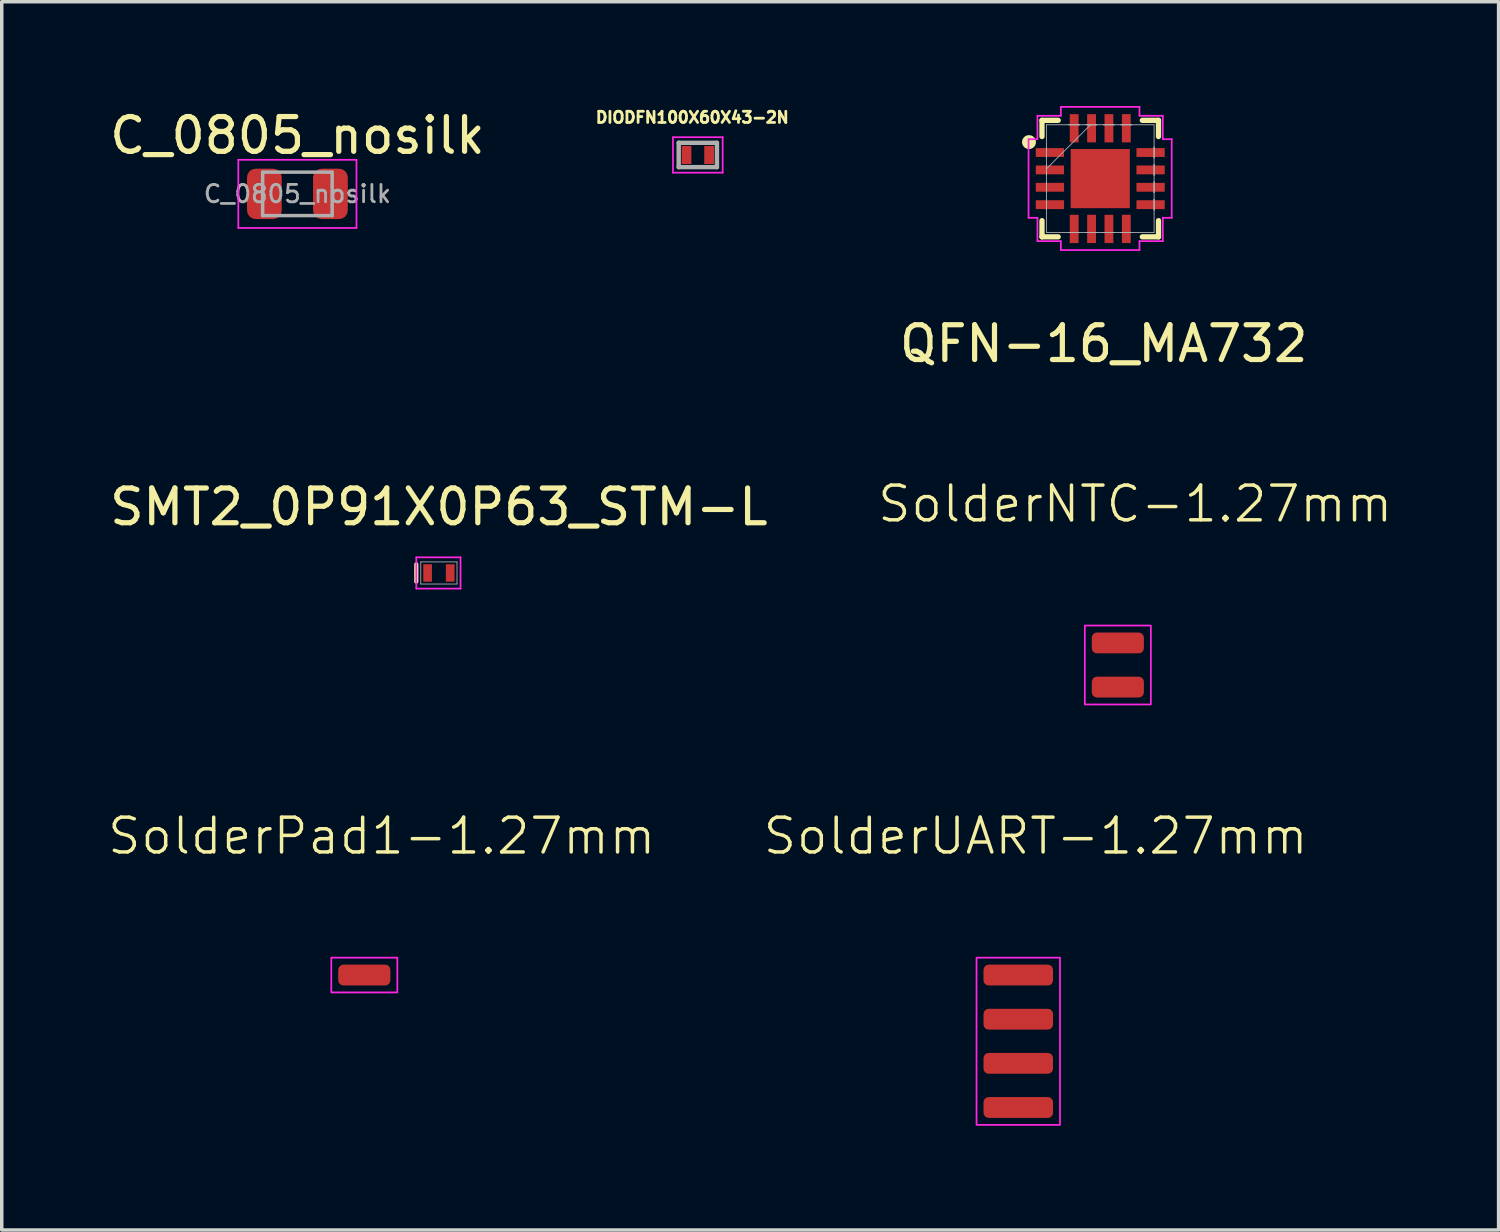
<source format=kicad_pcb>
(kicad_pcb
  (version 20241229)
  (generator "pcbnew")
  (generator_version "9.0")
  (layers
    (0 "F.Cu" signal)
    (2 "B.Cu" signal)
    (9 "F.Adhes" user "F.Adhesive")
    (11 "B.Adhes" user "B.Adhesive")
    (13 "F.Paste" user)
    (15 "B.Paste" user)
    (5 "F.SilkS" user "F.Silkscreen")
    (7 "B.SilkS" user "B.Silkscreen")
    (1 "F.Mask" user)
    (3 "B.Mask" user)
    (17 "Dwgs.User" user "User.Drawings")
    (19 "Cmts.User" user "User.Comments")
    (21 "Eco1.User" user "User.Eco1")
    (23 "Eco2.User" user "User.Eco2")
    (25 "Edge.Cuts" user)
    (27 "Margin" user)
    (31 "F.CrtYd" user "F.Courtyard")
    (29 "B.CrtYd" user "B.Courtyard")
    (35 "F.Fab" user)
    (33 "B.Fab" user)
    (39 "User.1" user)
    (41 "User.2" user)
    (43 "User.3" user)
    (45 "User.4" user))
  (footprint "SolderNTC-1.27mm"
    (layer "F.Cu")
    (at 29.11 15.447)
    (property "Reference" "SolderNTC-1.27mm" (at 0.5 -4 0) (unlocked yes) (layer "F.SilkS") (effects (font (size 1 1) (thickness 0.1))))
    (attr smd exclude_from_bom)
    (fp_rect (start -0.95 -0.5) (end 0.95 1.77) (stroke (width 0.05) (type default)) (fill no) (layer "F.CrtYd"))
    (pad "1" smd roundrect (at 0 0) (size 1.5 0.6) (layers "F.Cu" "F.Mask") (roundrect_rratio 0.25))
    (pad "2" smd roundrect (at 0 1.27) (size 1.5 0.6) (layers "F.Cu" "F.Mask") (roundrect_rratio 0.25)))
  (footprint "QFN-16_MA732"
    (layer "F.Cu")
    (at 28.604 2.088)
    (property "Reference" "QFN-16_MA732" (at 0.1 4.75 0) (unlocked yes) (layer "F.SilkS") (effects (font (size 1 1) (thickness 0.15))))
    (attr smd)
    (fp_line (start -1.676 -1.676) (end -1.676 -1.21) (stroke (width 0.152) (type solid)) (layer "F.SilkS"))
    (fp_line (start -1.676 1.21) (end -1.676 1.676) (stroke (width 0.152) (type solid)) (layer "F.SilkS"))
    (fp_line (start -1.676 1.676) (end -1.21 1.676) (stroke (width 0.152) (type solid)) (layer "F.SilkS"))
    (fp_line (start -1.21 -1.676) (end -1.676 -1.676) (stroke (width 0.152) (type solid)) (layer "F.SilkS"))
    (fp_line (start 1.21 1.676) (end 1.676 1.676) (stroke (width 0.152) (type solid)) (layer "F.SilkS"))
    (fp_line (start 1.676 -1.676) (end 1.21 -1.676) (stroke (width 0.152) (type solid)) (layer "F.SilkS"))
    (fp_line (start 1.676 -1.21) (end 1.676 -1.676) (stroke (width 0.152) (type solid)) (layer "F.SilkS"))
    (fp_line (start 1.676 1.676) (end 1.676 1.21) (stroke (width 0.152) (type solid)) (layer "F.SilkS"))
    (fp_circle (center -2.05 -1.05) (end -1.85 -1.05) (stroke (width 0) (type solid)) (fill yes) (layer "F.SilkS"))
    (fp_line (start -2.063 -1.134) (end -1.807 -1.134) (stroke (width 0.05) (type solid)) (layer "F.CrtYd"))
    (fp_line (start -2.063 1.128) (end -2.063 -1.134) (stroke (width 0.05) (type solid)) (layer "F.CrtYd"))
    (fp_line (start -1.807 -1.807) (end -1.134 -1.807) (stroke (width 0.05) (type solid)) (layer "F.CrtYd"))
    (fp_line (start -1.807 -1.134) (end -1.807 -1.807) (stroke (width 0.05) (type solid)) (layer "F.CrtYd"))
    (fp_line (start -1.807 1.128) (end -2.063 1.128) (stroke (width 0.05) (type solid)) (layer "F.CrtYd"))
    (fp_line (start -1.807 1.8) (end -1.807 1.128) (stroke (width 0.05) (type solid)) (layer "F.CrtYd"))
    (fp_line (start -1.134 -2.063) (end 1.128 -2.063) (stroke (width 0.05) (type solid)) (layer "F.CrtYd"))
    (fp_line (start -1.134 -1.807) (end -1.134 -2.063) (stroke (width 0.05) (type solid)) (layer "F.CrtYd"))
    (fp_line (start -1.134 1.8) (end -1.807 1.8) (stroke (width 0.05) (type solid)) (layer "F.CrtYd"))
    (fp_line (start -1.134 2.056) (end -1.134 1.8) (stroke (width 0.05) (type solid)) (layer "F.CrtYd"))
    (fp_line (start 1.128 -2.063) (end 1.128 -1.807) (stroke (width 0.05) (type solid)) (layer "F.CrtYd"))
    (fp_line (start 1.128 -1.807) (end 1.8 -1.807) (stroke (width 0.05) (type solid)) (layer "F.CrtYd"))
    (fp_line (start 1.128 1.8) (end 1.128 2.056) (stroke (width 0.05) (type solid)) (layer "F.CrtYd"))
    (fp_line (start 1.128 2.056) (end -1.134 2.056) (stroke (width 0.05) (type solid)) (layer "F.CrtYd"))
    (fp_line (start 1.8 -1.807) (end 1.8 -1.134) (stroke (width 0.05) (type solid)) (layer "F.CrtYd"))
    (fp_line (start 1.8 -1.134) (end 2.056 -1.134) (stroke (width 0.05) (type solid)) (layer "F.CrtYd"))
    (fp_line (start 1.8 1.128) (end 1.8 1.8) (stroke (width 0.05) (type solid)) (layer "F.CrtYd"))
    (fp_line (start 1.8 1.8) (end 1.128 1.8) (stroke (width 0.05) (type solid)) (layer "F.CrtYd"))
    (fp_line (start 2.056 -1.134) (end 2.056 1.128) (stroke (width 0.05) (type solid)) (layer "F.CrtYd"))
    (fp_line (start 2.056 1.128) (end 1.8 1.128) (stroke (width 0.05) (type solid)) (layer "F.CrtYd"))
    (fp_line (start -1.549 -1.549) (end -1.549 1.549) (stroke (width 0.025) (type solid)) (layer "F.Fab"))
    (fp_line (start -1.549 -0.902) (end -1.549 -0.902) (stroke (width 0.025) (type solid)) (layer "F.Fab"))
    (fp_line (start -1.549 -0.902) (end -1.549 -0.598) (stroke (width 0.025) (type solid)) (layer "F.Fab"))
    (fp_line (start -1.549 -0.598) (end -1.549 -0.902) (stroke (width 0.025) (type solid)) (layer "F.Fab"))
    (fp_line (start -1.549 -0.598) (end -1.549 -0.598) (stroke (width 0.025) (type solid)) (layer "F.Fab"))
    (fp_line (start -1.549 -0.402) (end -1.549 -0.402) (stroke (width 0.025) (type solid)) (layer "F.Fab"))
    (fp_line (start -1.549 -0.402) (end -1.549 -0.098) (stroke (width 0.025) (type solid)) (layer "F.Fab"))
    (fp_line (start -1.549 -0.279) (end -0.279 -1.549) (stroke (width 0.025) (type solid)) (layer "F.Fab"))
    (fp_line (start -1.549 -0.098) (end -1.549 -0.402) (stroke (width 0.025) (type solid)) (layer "F.Fab"))
    (fp_line (start -1.549 -0.098) (end -1.549 -0.098) (stroke (width 0.025) (type solid)) (layer "F.Fab"))
    (fp_line (start -1.549 0.098) (end -1.549 0.098) (stroke (width 0.025) (type solid)) (layer "F.Fab"))
    (fp_line (start -1.549 0.098) (end -1.549 0.402) (stroke (width 0.025) (type solid)) (layer "F.Fab"))
    (fp_line (start -1.549 0.402) (end -1.549 0.098) (stroke (width 0.025) (type solid)) (layer "F.Fab"))
    (fp_line (start -1.549 0.402) (end -1.549 0.402) (stroke (width 0.025) (type solid)) (layer "F.Fab"))
    (fp_line (start -1.549 0.598) (end -1.549 0.598) (stroke (width 0.025) (type solid)) (layer "F.Fab"))
    (fp_line (start -1.549 0.598) (end -1.549 0.902) (stroke (width 0.025) (type solid)) (layer "F.Fab"))
    (fp_line (start -1.549 0.902) (end -1.549 0.598) (stroke (width 0.025) (type solid)) (layer "F.Fab"))
    (fp_line (start -1.549 0.902) (end -1.549 0.902) (stroke (width 0.025) (type solid)) (layer "F.Fab"))
    (fp_line (start -1.549 1.549) (end 1.549 1.549) (stroke (width 0.025) (type solid)) (layer "F.Fab"))
    (fp_line (start -0.902 -1.549) (end -0.902 -1.549) (stroke (width 0.025) (type solid)) (layer "F.Fab"))
    (fp_line (start -0.902 -1.549) (end -0.598 -1.549) (stroke (width 0.025) (type solid)) (layer "F.Fab"))
    (fp_line (start -0.902 1.549) (end -0.902 1.549) (stroke (width 0.025) (type solid)) (layer "F.Fab"))
    (fp_line (start -0.902 1.549) (end -0.598 1.549) (stroke (width 0.025) (type solid)) (layer "F.Fab"))
    (fp_line (start -0.598 -1.549) (end -0.902 -1.549) (stroke (width 0.025) (type solid)) (layer "F.Fab"))
    (fp_line (start -0.598 -1.549) (end -0.598 -1.549) (stroke (width 0.025) (type solid)) (layer "F.Fab"))
    (fp_line (start -0.598 1.549) (end -0.902 1.549) (stroke (width 0.025) (type solid)) (layer "F.Fab"))
    (fp_line (start -0.598 1.549) (end -0.598 1.549) (stroke (width 0.025) (type solid)) (layer "F.Fab"))
    (fp_line (start -0.402 -1.549) (end -0.402 -1.549) (stroke (width 0.025) (type solid)) (layer "F.Fab"))
    (fp_line (start -0.402 -1.549) (end -0.098 -1.549) (stroke (width 0.025) (type solid)) (layer "F.Fab"))
    (fp_line (start -0.402 1.549) (end -0.402 1.549) (stroke (width 0.025) (type solid)) (layer "F.Fab"))
    (fp_line (start -0.402 1.549) (end -0.098 1.549) (stroke (width 0.025) (type solid)) (layer "F.Fab"))
    (fp_line (start -0.098 -1.549) (end -0.402 -1.549) (stroke (width 0.025) (type solid)) (layer "F.Fab"))
    (fp_line (start -0.098 -1.549) (end -0.098 -1.549) (stroke (width 0.025) (type solid)) (layer "F.Fab"))
    (fp_line (start -0.098 1.549) (end -0.402 1.549) (stroke (width 0.025) (type solid)) (layer "F.Fab"))
    (fp_line (start -0.098 1.549) (end -0.098 1.549) (stroke (width 0.025) (type solid)) (layer "F.Fab"))
    (fp_line (start 0.098 -1.549) (end 0.098 -1.549) (stroke (width 0.025) (type solid)) (layer "F.Fab"))
    (fp_line (start 0.098 -1.549) (end 0.402 -1.549) (stroke (width 0.025) (type solid)) (layer "F.Fab"))
    (fp_line (start 0.098 1.549) (end 0.098 1.549) (stroke (width 0.025) (type solid)) (layer "F.Fab"))
    (fp_line (start 0.098 1.549) (end 0.402 1.549) (stroke (width 0.025) (type solid)) (layer "F.Fab"))
    (fp_line (start 0.402 -1.549) (end 0.098 -1.549) (stroke (width 0.025) (type solid)) (layer "F.Fab"))
    (fp_line (start 0.402 -1.549) (end 0.402 -1.549) (stroke (width 0.025) (type solid)) (layer "F.Fab"))
    (fp_line (start 0.402 1.549) (end 0.098 1.549) (stroke (width 0.025) (type solid)) (layer "F.Fab"))
    (fp_line (start 0.402 1.549) (end 0.402 1.549) (stroke (width 0.025) (type solid)) (layer "F.Fab"))
    (fp_line (start 0.598 -1.549) (end 0.598 -1.549) (stroke (width 0.025) (type solid)) (layer "F.Fab"))
    (fp_line (start 0.598 -1.549) (end 0.902 -1.549) (stroke (width 0.025) (type solid)) (layer "F.Fab"))
    (fp_line (start 0.598 1.549) (end 0.598 1.549) (stroke (width 0.025) (type solid)) (layer "F.Fab"))
    (fp_line (start 0.598 1.549) (end 0.902 1.549) (stroke (width 0.025) (type solid)) (layer "F.Fab"))
    (fp_line (start 0.902 -1.549) (end 0.598 -1.549) (stroke (width 0.025) (type solid)) (layer "F.Fab"))
    (fp_line (start 0.902 -1.549) (end 0.902 -1.549) (stroke (width 0.025) (type solid)) (layer "F.Fab"))
    (fp_line (start 0.902 1.549) (end 0.598 1.549) (stroke (width 0.025) (type solid)) (layer "F.Fab"))
    (fp_line (start 0.902 1.549) (end 0.902 1.549) (stroke (width 0.025) (type solid)) (layer "F.Fab"))
    (fp_line (start 1.549 -1.549) (end -1.549 -1.549) (stroke (width 0.025) (type solid)) (layer "F.Fab"))
    (fp_line (start 1.549 -0.902) (end 1.549 -0.902) (stroke (width 0.025) (type solid)) (layer "F.Fab"))
    (fp_line (start 1.549 -0.902) (end 1.549 -0.598) (stroke (width 0.025) (type solid)) (layer "F.Fab"))
    (fp_line (start 1.549 -0.598) (end 1.549 -0.902) (stroke (width 0.025) (type solid)) (layer "F.Fab"))
    (fp_line (start 1.549 -0.598) (end 1.549 -0.598) (stroke (width 0.025) (type solid)) (layer "F.Fab"))
    (fp_line (start 1.549 -0.402) (end 1.549 -0.402) (stroke (width 0.025) (type solid)) (layer "F.Fab"))
    (fp_line (start 1.549 -0.402) (end 1.549 -0.098) (stroke (width 0.025) (type solid)) (layer "F.Fab"))
    (fp_line (start 1.549 -0.098) (end 1.549 -0.402) (stroke (width 0.025) (type solid)) (layer "F.Fab"))
    (fp_line (start 1.549 -0.098) (end 1.549 -0.098) (stroke (width 0.025) (type solid)) (layer "F.Fab"))
    (fp_line (start 1.549 0.098) (end 1.549 0.098) (stroke (width 0.025) (type solid)) (layer "F.Fab"))
    (fp_line (start 1.549 0.098) (end 1.549 0.402) (stroke (width 0.025) (type solid)) (layer "F.Fab"))
    (fp_line (start 1.549 0.402) (end 1.549 0.098) (stroke (width 0.025) (type solid)) (layer "F.Fab"))
    (fp_line (start 1.549 0.402) (end 1.549 0.402) (stroke (width 0.025) (type solid)) (layer "F.Fab"))
    (fp_line (start 1.549 0.598) (end 1.549 0.598) (stroke (width 0.025) (type solid)) (layer "F.Fab"))
    (fp_line (start 1.549 0.598) (end 1.549 0.902) (stroke (width 0.025) (type solid)) (layer "F.Fab"))
    (fp_line (start 1.549 0.902) (end 1.549 0.598) (stroke (width 0.025) (type solid)) (layer "F.Fab"))
    (fp_line (start 1.549 0.902) (end 1.549 0.902) (stroke (width 0.025) (type solid)) (layer "F.Fab"))
    (fp_line (start 1.549 1.549) (end 1.549 -1.549) (stroke (width 0.025) (type solid)) (layer "F.Fab"))
    (pad "1" smd rect (at -1.448 -0.75 90) (size 0.254 0.813) (layers "F.Cu" "F.Mask" "F.Paste"))
    (pad "2" smd rect (at -1.448 -0.25 90) (size 0.254 0.813) (layers "F.Cu" "F.Mask" "F.Paste"))
    (pad "3" smd rect (at -1.448 0.25 90) (size 0.254 0.813) (layers "F.Cu" "F.Mask" "F.Paste"))
    (pad "4" smd rect (at -1.448 0.75 90) (size 0.254 0.813) (layers "F.Cu" "F.Mask" "F.Paste"))
    (pad "5" smd rect (at -0.75 1.448) (size 0.254 0.813) (layers "F.Cu" "F.Mask" "F.Paste"))
    (pad "6" smd rect (at -0.25 1.448) (size 0.254 0.813) (layers "F.Cu" "F.Mask" "F.Paste"))
    (pad "7" smd rect (at 0.25 1.448) (size 0.254 0.813) (layers "F.Cu" "F.Mask" "F.Paste"))
    (pad "8" smd rect (at 0.75 1.448) (size 0.254 0.813) (layers "F.Cu" "F.Mask" "F.Paste"))
    (pad "9" smd rect (at 1.448 0.75 90) (size 0.254 0.813) (layers "F.Cu" "F.Mask" "F.Paste"))
    (pad "10" smd rect (at 1.448 0.25 90) (size 0.254 0.813) (layers "F.Cu" "F.Mask" "F.Paste"))
    (pad "11" smd rect (at 1.448 -0.25 90) (size 0.254 0.813) (layers "F.Cu" "F.Mask" "F.Paste"))
    (pad "12" smd rect (at 1.448 -0.75 90) (size 0.254 0.813) (layers "F.Cu" "F.Mask" "F.Paste"))
    (pad "13" smd rect (at 0.75 -1.448) (size 0.254 0.813) (layers "F.Cu" "F.Mask" "F.Paste"))
    (pad "14" smd rect (at 0.25 -1.448) (size 0.254 0.813) (layers "F.Cu" "F.Mask" "F.Paste"))
    (pad "15" smd rect (at -0.25 -1.448) (size 0.254 0.813) (layers "F.Cu" "F.Mask" "F.Paste"))
    (pad "16" smd rect (at -0.75 -1.448) (size 0.254 0.813) (layers "F.Cu" "F.Mask" "F.Paste"))
    (pad "17" smd rect (at 0 0) (size 1.702 1.702) (layers "F.Cu" "F.Mask" "F.Paste")))
  (footprint "DIODFN100X60X43-2N"
    (layer "F.Cu")
    (at 17.026 1.408)
    (property "Reference" "DIODFN100X60X43-2N" (at -0.159 -1.08 0) (layer "F.SilkS") (effects (font (size 0.321 0.321) (thickness 0.15))))
    (attr through_hole)
    (fp_line (start -0.715 -0.51) (end -0.715 0.51) (stroke (width 0.05) (type solid)) (layer "F.CrtYd"))
    (fp_line (start -0.715 0.51) (end 0.715 0.51) (stroke (width 0.05) (type solid)) (layer "F.CrtYd"))
    (fp_line (start 0.715 -0.51) (end -0.715 -0.51) (stroke (width 0.05) (type solid)) (layer "F.CrtYd"))
    (fp_line (start 0.715 0.51) (end 0.715 -0.51) (stroke (width 0.05) (type solid)) (layer "F.CrtYd"))
    (fp_line (start -0.55 -0.35) (end 0.55 -0.35) (stroke (width 0.127) (type solid)) (layer "F.Fab"))
    (fp_line (start -0.55 0.35) (end -0.55 -0.35) (stroke (width 0.127) (type solid)) (layer "F.Fab"))
    (fp_line (start -0.55 0.35) (end 0.55 0.35) (stroke (width 0.127) (type solid)) (layer "F.Fab"))
    (fp_line (start 0.55 0.35) (end 0.55 -0.35) (stroke (width 0.127) (type solid)) (layer "F.Fab"))
    (pad "A" smd rect (at 0.325 0) (size 0.28 0.52) (layers "F.Cu" "F.Mask" "F.Paste"))
    (pad "C" smd rect (at -0.325 0) (size 0.28 0.52) (layers "F.Cu" "F.Mask" "F.Paste")))
  (footprint "SMT2_0P91X0P63_STM-L"
    (layer "F.Cu")
    (at 9.577 13.434)
    (property "Reference" "SMT2_0P91X0P63_STM-L" (at 0 -1.9 0) (unlocked yes) (layer "F.SilkS") (effects (font (size 1 1) (thickness 0.15))))
    (attr smd)
    (fp_line (start -0.65 -0.25) (end -0.65 0.25) (stroke (width 0.12) (type default)) (layer "F.SilkS"))
    (fp_line (start -0.65 -0.45) (end 0.622 -0.45) (stroke (width 0.05) (type solid)) (layer "F.CrtYd"))
    (fp_line (start -0.65 0.45) (end -0.65 -0.45) (stroke (width 0.05) (type solid)) (layer "F.CrtYd"))
    (fp_line (start 0.622 -0.45) (end 0.622 0.45) (stroke (width 0.05) (type solid)) (layer "F.CrtYd"))
    (fp_line (start 0.622 0.45) (end -0.65 0.45) (stroke (width 0.05) (type solid)) (layer "F.CrtYd"))
    (fp_line (start -0.521 -0.318) (end -0.521 0.318) (stroke (width 0.025) (type solid)) (layer "F.Fab"))
    (fp_line (start -0.521 0.318) (end 0.521 0.318) (stroke (width 0.025) (type solid)) (layer "F.Fab"))
    (fp_line (start 0.521 -0.318) (end -0.521 -0.318) (stroke (width 0.025) (type solid)) (layer "F.Fab"))
    (fp_line (start 0.521 0.318) (end 0.521 -0.318) (stroke (width 0.025) (type solid)) (layer "F.Fab"))
    (pad "1" smd rect (at -0.325 0) (size 0.25 0.5) (layers "F.Cu" "F.Mask" "F.Paste"))
    (pad "2" smd rect (at 0.325 0) (size 0.25 0.5) (layers "F.Cu" "F.Mask" "F.Paste")))
  (footprint "SolderUART-1.27mm"
    (layer "F.Cu")
    (at 26.245 25.002)
    (property "Reference" "SolderUART-1.27mm" (at 0.5 -4 0) (unlocked yes) (layer "F.SilkS") (effects (font (size 1 1) (thickness 0.1))))
    (attr exclude_from_pos_files exclude_from_bom)
    (fp_rect (start -1.2 -0.5) (end 1.2 4.31) (stroke (width 0.05) (type default)) (fill no) (layer "F.CrtYd"))
    (pad "1" smd roundrect (at 0 0) (size 2 0.6) (layers "F.Cu" "F.Mask") (roundrect_rratio 0.25))
    (pad "2" smd roundrect (at 0 1.27) (size 2 0.6) (layers "F.Cu" "F.Mask") (roundrect_rratio 0.25))
    (pad "3" smd roundrect (at 0 2.54) (size 2 0.6) (layers "F.Cu" "F.Mask") (roundrect_rratio 0.25))
    (pad "4" smd roundrect (at 0 3.81) (size 2 0.6) (layers "F.Cu" "F.Mask") (roundrect_rratio 0.25)))
  (footprint "C_0805_nosilk"
    (layer "F.Cu")
    (at 5.506 2.528)
    (property "Reference" "C_0805_nosilk" (at 0 -1.68 0) (layer "F.SilkS") (effects (font (size 1 1) (thickness 0.15))))
    (attr smd)
    (fp_line (start -1.7 -0.98) (end 1.7 -0.98) (stroke (width 0.05) (type solid)) (layer "F.CrtYd"))
    (fp_line (start -1.7 0.98) (end -1.7 -0.98) (stroke (width 0.05) (type solid)) (layer "F.CrtYd"))
    (fp_line (start 1.7 -0.98) (end 1.7 0.98) (stroke (width 0.05) (type solid)) (layer "F.CrtYd"))
    (fp_line (start 1.7 0.98) (end -1.7 0.98) (stroke (width 0.05) (type solid)) (layer "F.CrtYd"))
    (fp_line (start -1 -0.625) (end 1 -0.625) (stroke (width 0.1) (type solid)) (layer "F.Fab"))
    (fp_line (start -1 0.625) (end -1 -0.625) (stroke (width 0.1) (type solid)) (layer "F.Fab"))
    (fp_line (start 1 -0.625) (end 1 0.625) (stroke (width 0.1) (type solid)) (layer "F.Fab"))
    (fp_line (start 1 0.625) (end -1 0.625) (stroke (width 0.1) (type solid)) (layer "F.Fab"))
    (fp_text user "${REFERENCE}" (at 0 0 0) (layer "F.Fab") (effects (font (size 0.5 0.5) (thickness 0.08))))
    (pad "1" smd roundrect (at -0.95 0) (size 1 1.45) (layers "F.Cu" "F.Mask" "F.Paste") (roundrect_rratio 0.25))
    (pad "2" smd roundrect (at 0.95 0) (size 1 1.45) (layers "F.Cu" "F.Mask" "F.Paste") (roundrect_rratio 0.25)))
  (footprint "SolderPad1-1.27mm"
    (layer "F.Cu")
    (at 7.431 25.002)
    (property "Reference" "SolderPad1-1.27mm" (at 0.5 -4 0) (unlocked yes) (layer "F.SilkS") (effects (font (size 1 1) (thickness 0.1))))
    (attr exclude_from_pos_files exclude_from_bom)
    (fp_rect (start -0.95 -0.5) (end 0.95 0.5) (stroke (width 0.05) (type default)) (fill no) (layer "F.CrtYd"))
    (pad "1" smd roundrect (at 0 0) (size 1.5 0.6) (layers "F.Cu" "F.Mask") (roundrect_rratio 0.25)))
  (gr_rect
    (start -3 -3)
    (end 40.064 32.337)
    (stroke (width 0.1) (type default))
    (fill no)
    (layer "Edge.Cuts")))
</source>
